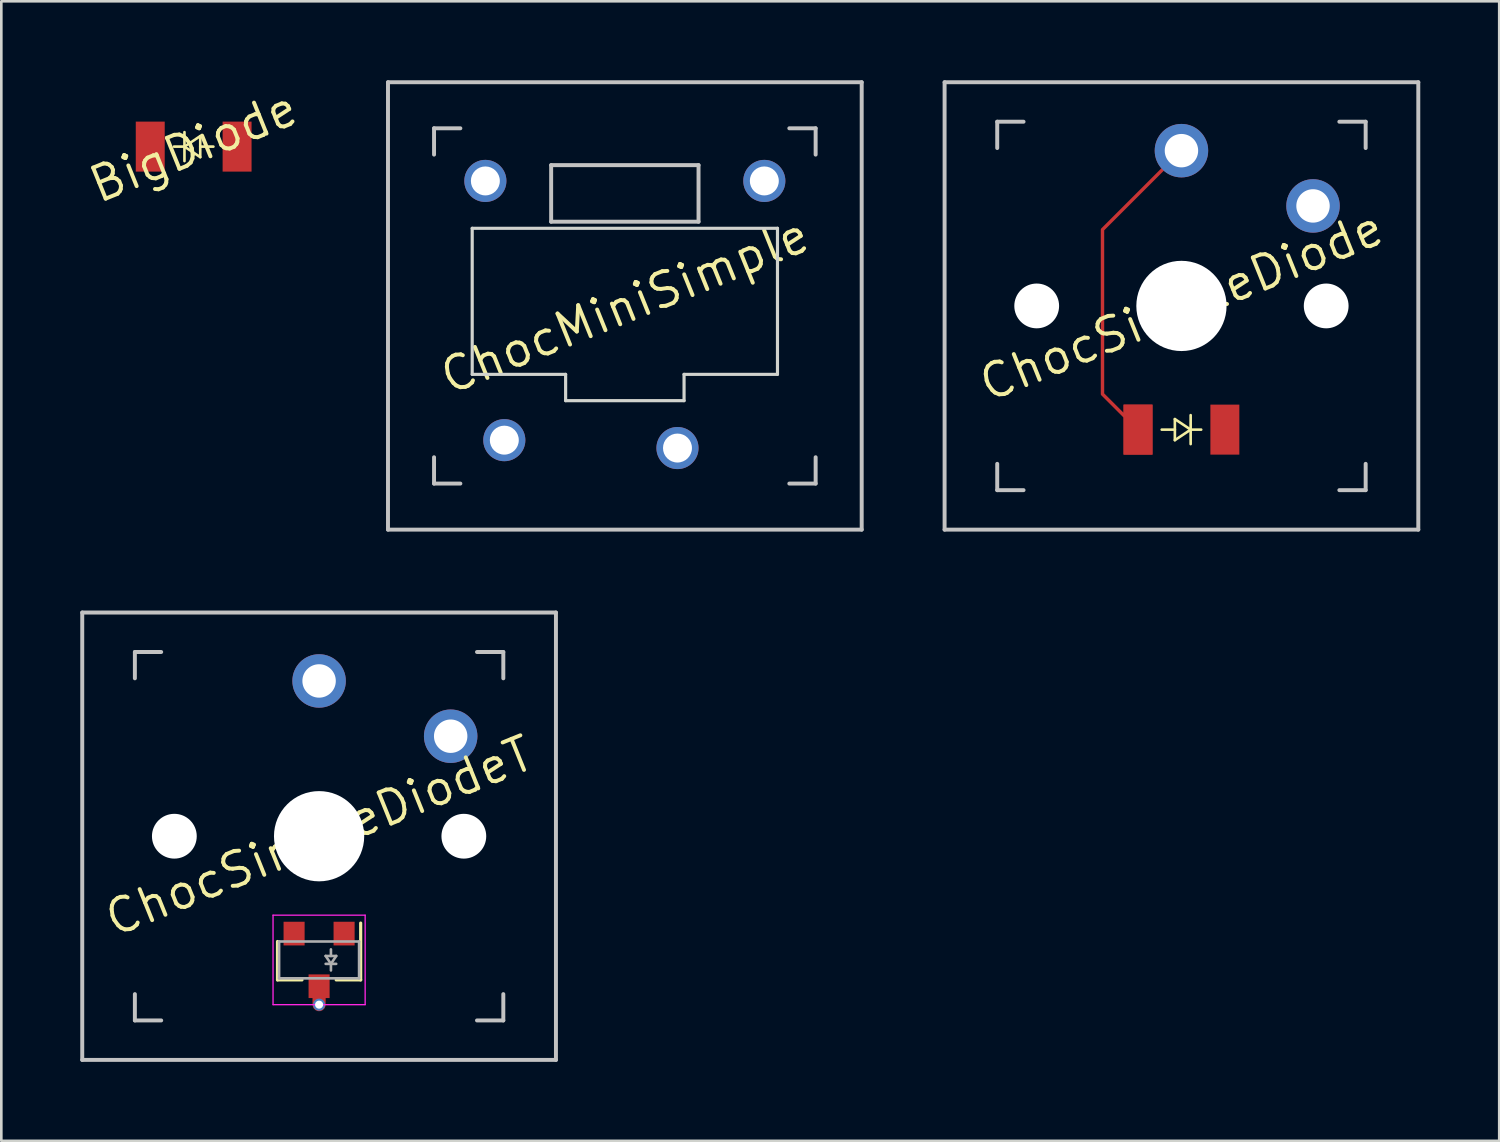
<source format=kicad_pcb>
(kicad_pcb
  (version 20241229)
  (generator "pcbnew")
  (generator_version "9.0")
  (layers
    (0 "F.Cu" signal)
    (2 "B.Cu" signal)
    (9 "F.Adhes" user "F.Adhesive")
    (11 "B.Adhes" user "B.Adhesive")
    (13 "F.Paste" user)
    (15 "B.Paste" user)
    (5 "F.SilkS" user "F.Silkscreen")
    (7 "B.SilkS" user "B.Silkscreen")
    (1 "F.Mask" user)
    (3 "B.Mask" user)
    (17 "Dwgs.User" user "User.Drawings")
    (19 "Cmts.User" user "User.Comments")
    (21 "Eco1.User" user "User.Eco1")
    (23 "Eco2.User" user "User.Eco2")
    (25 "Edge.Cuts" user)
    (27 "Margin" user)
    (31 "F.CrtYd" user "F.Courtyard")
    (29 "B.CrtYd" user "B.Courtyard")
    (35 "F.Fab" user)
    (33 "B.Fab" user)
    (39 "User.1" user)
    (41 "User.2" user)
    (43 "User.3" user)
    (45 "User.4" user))
  (footprint "ChocSimpleDiode"
    (layer "F.Cu")
    (at 41.843 8.575)
    (property "Reference" "ChocSimpleDiode" (at 0 0 22) (layer "F.SilkS") (effects (font (size 1.27 1.27) (thickness 0.15))))
    (attr through_hole)
    (fp_line (start -0.25 4.3) (end 0.35 4.7) (stroke (width 0.1) (type solid)) (layer "F.SilkS"))
    (fp_line (start -0.25 4.7) (end -0.75 4.7) (stroke (width 0.1) (type solid)) (layer "F.SilkS"))
    (fp_line (start -0.25 5.1) (end -0.25 4.3) (stroke (width 0.1) (type solid)) (layer "F.SilkS"))
    (fp_line (start 0.35 4.7) (end -0.25 5.1) (stroke (width 0.1) (type solid)) (layer "F.SilkS"))
    (fp_line (start 0.35 4.7) (end 0.35 4.15) (stroke (width 0.1) (type solid)) (layer "F.SilkS"))
    (fp_line (start 0.35 4.7) (end 0.35 5.25) (stroke (width 0.1) (type solid)) (layer "F.SilkS"))
    (fp_line (start 0.75 4.7) (end 0.35 4.7) (stroke (width 0.1) (type solid)) (layer "F.SilkS"))
    (fp_line (start -9 -8.5) (end 9 -8.5) (stroke (width 0.15) (type solid)) (layer "Dwgs.User"))
    (fp_line (start -9 8.5) (end -9 -8.5) (stroke (width 0.15) (type solid)) (layer "Dwgs.User"))
    (fp_line (start -7 -6) (end -7 -7) (stroke (width 0.15) (type solid)) (layer "Dwgs.User"))
    (fp_line (start -7 7) (end -7 6) (stroke (width 0.15) (type solid)) (layer "Dwgs.User"))
    (fp_line (start -7 7) (end -6 7) (stroke (width 0.15) (type solid)) (layer "Dwgs.User"))
    (fp_line (start -6 -7) (end -7 -7) (stroke (width 0.15) (type solid)) (layer "Dwgs.User"))
    (fp_line (start 6 7) (end 7 7) (stroke (width 0.15) (type solid)) (layer "Dwgs.User"))
    (fp_line (start 7 -7) (end 6 -7) (stroke (width 0.15) (type solid)) (layer "Dwgs.User"))
    (fp_line (start 7 -7) (end 7 -6) (stroke (width 0.15) (type solid)) (layer "Dwgs.User"))
    (fp_line (start 7 6) (end 7 7) (stroke (width 0.15) (type solid)) (layer "Dwgs.User"))
    (fp_line (start 9 -8.5) (end 9 8.5) (stroke (width 0.15) (type solid)) (layer "Dwgs.User"))
    (fp_line (start 9 8.5) (end -9 8.5) (stroke (width 0.15) (type solid)) (layer "Dwgs.User"))
    (pad "" np_thru_hole circle (at -5.5 0 22) (size 1.702 1.702) (drill 1.702) (layers "*.Cu" "*.Mask"))
    (pad "" smd rect (at -1.65 4.7 180) (size 1.1 1.9) (layers "F.Cu" "F.Mask" "F.Paste"))
    (pad "" smd custom (at -1.65 4.7 180) (size 1.1 1.9) (layers "F.Cu") (options (anchor rect)) (primitives (gr_line (start 0 0) (end 1.35 1.35) (width 0.13)) (gr_line (start 1.35 1.35) (end 1.35 7.6) (width 0.13)) (gr_line (start 1.35 7.6) (end -1.65 10.6) (width 0.13))))
    (pad "" thru_hole circle (at 0 -5.9 22) (size 2.032 2.032) (drill 1.27) (layers "*.Cu" "*.Mask"))
    (pad "" np_thru_hole circle (at 0 0 22) (size 3.429 3.429) (drill 3.429) (layers "*.Cu" "*.Mask"))
    (pad "" np_thru_hole circle (at 5.5 0 22) (size 1.702 1.702) (drill 1.702) (layers "*.Cu" "*.Mask"))
    (pad "1" thru_hole circle (at 5 -3.8 22) (size 2.032 2.032) (drill 1.27) (layers "*.Cu" "*.Mask"))
    (pad "2" smd rect (at 1.65 4.7 180) (size 1.1 1.9) (layers "F.Cu" "F.Mask" "F.Paste")))
  (footprint "BigDiode"
    (layer "F.Cu")
    (at 4.309 2.521)
    (property "Reference" "BigDiode" (at 0 0 202) (layer "F.SilkS") (effects (font (size 1.27 1.27) (thickness 0.15))))
    (attr through_hole)
    (fp_line (start -0.75 0) (end -0.35 0) (stroke (width 0.1) (type solid)) (layer "F.SilkS"))
    (fp_line (start -0.35 0) (end -0.35 -0.55) (stroke (width 0.1) (type solid)) (layer "F.SilkS"))
    (fp_line (start -0.35 0) (end -0.35 0.55) (stroke (width 0.1) (type solid)) (layer "F.SilkS"))
    (fp_line (start -0.35 0) (end 0.25 -0.4) (stroke (width 0.1) (type solid)) (layer "F.SilkS"))
    (fp_line (start 0.25 -0.4) (end 0.25 0.4) (stroke (width 0.1) (type solid)) (layer "F.SilkS"))
    (fp_line (start 0.25 0) (end 0.75 0) (stroke (width 0.1) (type solid)) (layer "F.SilkS"))
    (fp_line (start 0.25 0.4) (end -0.35 0) (stroke (width 0.1) (type solid)) (layer "F.SilkS"))
    (pad "1" smd rect (at -1.65 0) (size 1.1 1.9) (layers "F.Cu" "F.Mask" "F.Paste"))
    (pad "2" smd rect (at 1.65 0) (size 1.1 1.9) (layers "F.Cu" "F.Mask" "F.Paste")))
  (footprint "ChocMiniSimple"
    (layer "F.Cu")
    (at 20.693 8.575)
    (property "Reference" "ChocMiniSimple" (at 0 0 22) (layer "F.SilkS") (effects (font (size 1.27 1.27) (thickness 0.15))))
    (attr through_hole)
    (fp_line (start -9 -8.5) (end 9 -8.5) (stroke (width 0.15) (type solid)) (layer "Dwgs.User"))
    (fp_line (start -9 8.5) (end -9 -8.5) (stroke (width 0.15) (type solid)) (layer "Dwgs.User"))
    (fp_line (start -7.25 -6.75) (end -7.25 -5.75) (stroke (width 0.15) (type solid)) (layer "Dwgs.User"))
    (fp_line (start -7.25 -6.75) (end -6.25 -6.75) (stroke (width 0.15) (type solid)) (layer "Dwgs.User"))
    (fp_line (start -7.25 6.75) (end -7.25 5.75) (stroke (width 0.15) (type solid)) (layer "Dwgs.User"))
    (fp_line (start -7.25 6.75) (end -6.25 6.75) (stroke (width 0.15) (type solid)) (layer "Dwgs.User"))
    (fp_line (start -2.8 -3.2) (end -2.8 -5.35) (stroke (width 0.15) (type solid)) (layer "Dwgs.User"))
    (fp_line (start -2.8 -3.2) (end 2.8 -3.2) (stroke (width 0.15) (type solid)) (layer "Dwgs.User"))
    (fp_line (start 2.8 -5.35) (end -2.8 -5.35) (stroke (width 0.15) (type solid)) (layer "Dwgs.User"))
    (fp_line (start 2.8 -3.2) (end 2.8 -5.35) (stroke (width 0.15) (type solid)) (layer "Dwgs.User"))
    (fp_line (start 7.25 -6.75) (end 6.25 -6.75) (stroke (width 0.15) (type solid)) (layer "Dwgs.User"))
    (fp_line (start 7.25 -6.75) (end 7.25 -5.75) (stroke (width 0.15) (type solid)) (layer "Dwgs.User"))
    (fp_line (start 7.25 6.75) (end 6.25 6.75) (stroke (width 0.15) (type solid)) (layer "Dwgs.User"))
    (fp_line (start 7.25 6.75) (end 7.25 5.75) (stroke (width 0.15) (type solid)) (layer "Dwgs.User"))
    (fp_line (start 9 -8.5) (end 9 8.5) (stroke (width 0.15) (type solid)) (layer "Dwgs.User"))
    (fp_line (start 9 8.5) (end -9 8.5) (stroke (width 0.15) (type solid)) (layer "Dwgs.User"))
    (fp_line (start -5.8 -2.95) (end 5.8 -2.95) (stroke (width 0.12) (type solid)) (layer "Edge.Cuts"))
    (fp_line (start -5.8 2.6) (end -5.8 -2.95) (stroke (width 0.12) (type solid)) (layer "Edge.Cuts"))
    (fp_line (start -2.25 2.6) (end -5.8 2.6) (stroke (width 0.12) (type solid)) (layer "Edge.Cuts"))
    (fp_line (start -2.25 2.6) (end -2.25 3.6) (stroke (width 0.12) (type solid)) (layer "Edge.Cuts"))
    (fp_line (start -2.25 3.6) (end 2.25 3.6) (stroke (width 0.12) (type solid)) (layer "Edge.Cuts"))
    (fp_line (start 2.25 2.6) (end 5.8 2.6) (stroke (width 0.12) (type solid)) (layer "Edge.Cuts"))
    (fp_line (start 2.25 3.6) (end 2.25 2.6) (stroke (width 0.12) (type solid)) (layer "Edge.Cuts"))
    (fp_line (start 5.8 -2.95) (end 5.8 2.6) (stroke (width 0.12) (type solid)) (layer "Edge.Cuts"))
    (pad "1" thru_hole circle (at -4.58 5.1 22) (size 1.6 1.6) (drill 1.1) (layers "*.Cu" "*.Mask"))
    (pad "2" thru_hole circle (at 2 5.4 22) (size 1.6 1.6) (drill 1.1) (layers "*.Cu" "*.Mask"))
    (pad "3" thru_hole circle (at 5.3 -4.75 22) (size 1.6 1.6) (drill 1.1) (layers "*.Cu" "*.Mask"))
    (pad "4" thru_hole circle (at -5.3 -4.75 22) (size 1.6 1.6) (drill 1.1) (layers "*.Cu" "*.Mask")))
  (footprint "ChocSimpleDiodeT"
    (layer "F.Cu")
    (at 9.075 28.725)
    (property "Reference" "ChocSimpleDiodeT" (at 0 0 22) (layer "F.SilkS") (effects (font (size 1.27 1.27) (thickness 0.15))))
    (attr through_hole)
    (fp_line (start -1.58 5.46) (end -1.58 4) (stroke (width 0.12) (type solid)) (layer "F.SilkS"))
    (fp_line (start -1.58 5.46) (end -0.65 5.46) (stroke (width 0.12) (type solid)) (layer "F.SilkS"))
    (fp_line (start 1.58 5.46) (end 0.65 5.46) (stroke (width 0.12) (type solid)) (layer "F.SilkS"))
    (fp_line (start 1.58 5.46) (end 1.58 3.3) (stroke (width 0.12) (type solid)) (layer "F.SilkS"))
    (fp_line (start -9 -8.5) (end 9 -8.5) (stroke (width 0.15) (type solid)) (layer "Dwgs.User"))
    (fp_line (start -9 8.5) (end -9 -8.5) (stroke (width 0.15) (type solid)) (layer "Dwgs.User"))
    (fp_line (start -7 -6) (end -7 -7) (stroke (width 0.15) (type solid)) (layer "Dwgs.User"))
    (fp_line (start -7 7) (end -7 6) (stroke (width 0.15) (type solid)) (layer "Dwgs.User"))
    (fp_line (start -7 7) (end -6 7) (stroke (width 0.15) (type solid)) (layer "Dwgs.User"))
    (fp_line (start -6 -7) (end -7 -7) (stroke (width 0.15) (type solid)) (layer "Dwgs.User"))
    (fp_line (start 6 7) (end 7 7) (stroke (width 0.15) (type solid)) (layer "Dwgs.User"))
    (fp_line (start 7 -7) (end 6 -7) (stroke (width 0.15) (type solid)) (layer "Dwgs.User"))
    (fp_line (start 7 -7) (end 7 -6) (stroke (width 0.15) (type solid)) (layer "Dwgs.User"))
    (fp_line (start 7 6) (end 7 7) (stroke (width 0.15) (type solid)) (layer "Dwgs.User"))
    (fp_line (start 9 -8.5) (end 9 8.5) (stroke (width 0.15) (type solid)) (layer "Dwgs.User"))
    (fp_line (start 9 8.5) (end -9 8.5) (stroke (width 0.15) (type solid)) (layer "Dwgs.User"))
    (fp_line (start -1.75 3) (end 1.75 3) (stroke (width 0.05) (type solid)) (layer "F.CrtYd"))
    (fp_line (start -1.75 6.4) (end -1.75 3) (stroke (width 0.05) (type solid)) (layer "F.CrtYd"))
    (fp_line (start 1.75 3) (end 1.75 6.4) (stroke (width 0.05) (type solid)) (layer "F.CrtYd"))
    (fp_line (start 1.75 6.4) (end -1.75 6.4) (stroke (width 0.05) (type solid)) (layer "F.CrtYd"))
    (fp_line (start -1.52 4) (end -1.52 5.4) (stroke (width 0.1) (type solid)) (layer "F.Fab"))
    (fp_line (start 0.25 4.55) (end 0.45 4.85) (stroke (width 0.1) (type solid)) (layer "F.Fab"))
    (fp_line (start 0.45 4.55) (end 0.45 4.3) (stroke (width 0.1) (type solid)) (layer "F.Fab"))
    (fp_line (start 0.45 4.85) (end 0.45 5.1) (stroke (width 0.1) (type solid)) (layer "F.Fab"))
    (fp_line (start 0.45 4.85) (end 0.65 4.55) (stroke (width 0.1) (type solid)) (layer "F.Fab"))
    (fp_line (start 0.65 4.55) (end 0.25 4.55) (stroke (width 0.1) (type solid)) (layer "F.Fab"))
    (fp_line (start 0.65 4.85) (end 0.25 4.85) (stroke (width 0.1) (type solid)) (layer "F.Fab"))
    (fp_line (start 1.52 4) (end -1.52 4) (stroke (width 0.1) (type solid)) (layer "F.Fab"))
    (fp_line (start 1.52 4) (end 1.52 5.4) (stroke (width 0.1) (type solid)) (layer "F.Fab"))
    (fp_line (start 1.52 5.4) (end -1.52 5.4) (stroke (width 0.1) (type solid)) (layer "F.Fab"))
    (pad "" np_thru_hole circle (at -5.5 0 22) (size 1.702 1.702) (drill 1.702) (layers "*.Cu" "*.Mask"))
    (pad "" np_thru_hole circle (at 0 0 22) (size 3.429 3.429) (drill 3.429) (layers "*.Cu" "*.Mask"))
    (pad "" smd custom (at 0 5.7 270) (size 0.9 0.8) (layers "F.Cu" "F.Mask" "F.Paste") (options (anchor rect)) (primitives (gr_line (start 0 0) (end 0.7 0) (width 0.5))))
    (pad "" np_thru_hole circle (at 5.5 0 22) (size 1.702 1.702) (drill 1.702) (layers "*.Cu" "*.Mask"))
    (pad "1" thru_hole circle (at 5 -3.8 22) (size 2.032 2.032) (drill 1.27) (layers "*.Cu" "*.Mask"))
    (pad "2" smd rect (at -0.95 3.7 270) (size 0.9 0.8) (layers "F.Cu" "F.Mask" "F.Paste"))
    (pad "2" thru_hole circle (at 0 -5.9 22) (size 2.032 2.032) (drill 1.27) (layers "*.Cu" "*.Mask"))
    (pad "2" thru_hole circle (at 0 6.4) (size 0.457 0.457) (drill 0.305) (layers "*.Cu"))
    (pad "2" smd rect (at 0.95 3.7 270) (size 0.9 0.8) (layers "F.Cu" "F.Mask" "F.Paste")))
  (gr_rect
    (start -3 -3)
    (end 53.918 40.3)
    (stroke (width 0.1) (type default))
    (fill no)
    (layer "Edge.Cuts")))
</source>
